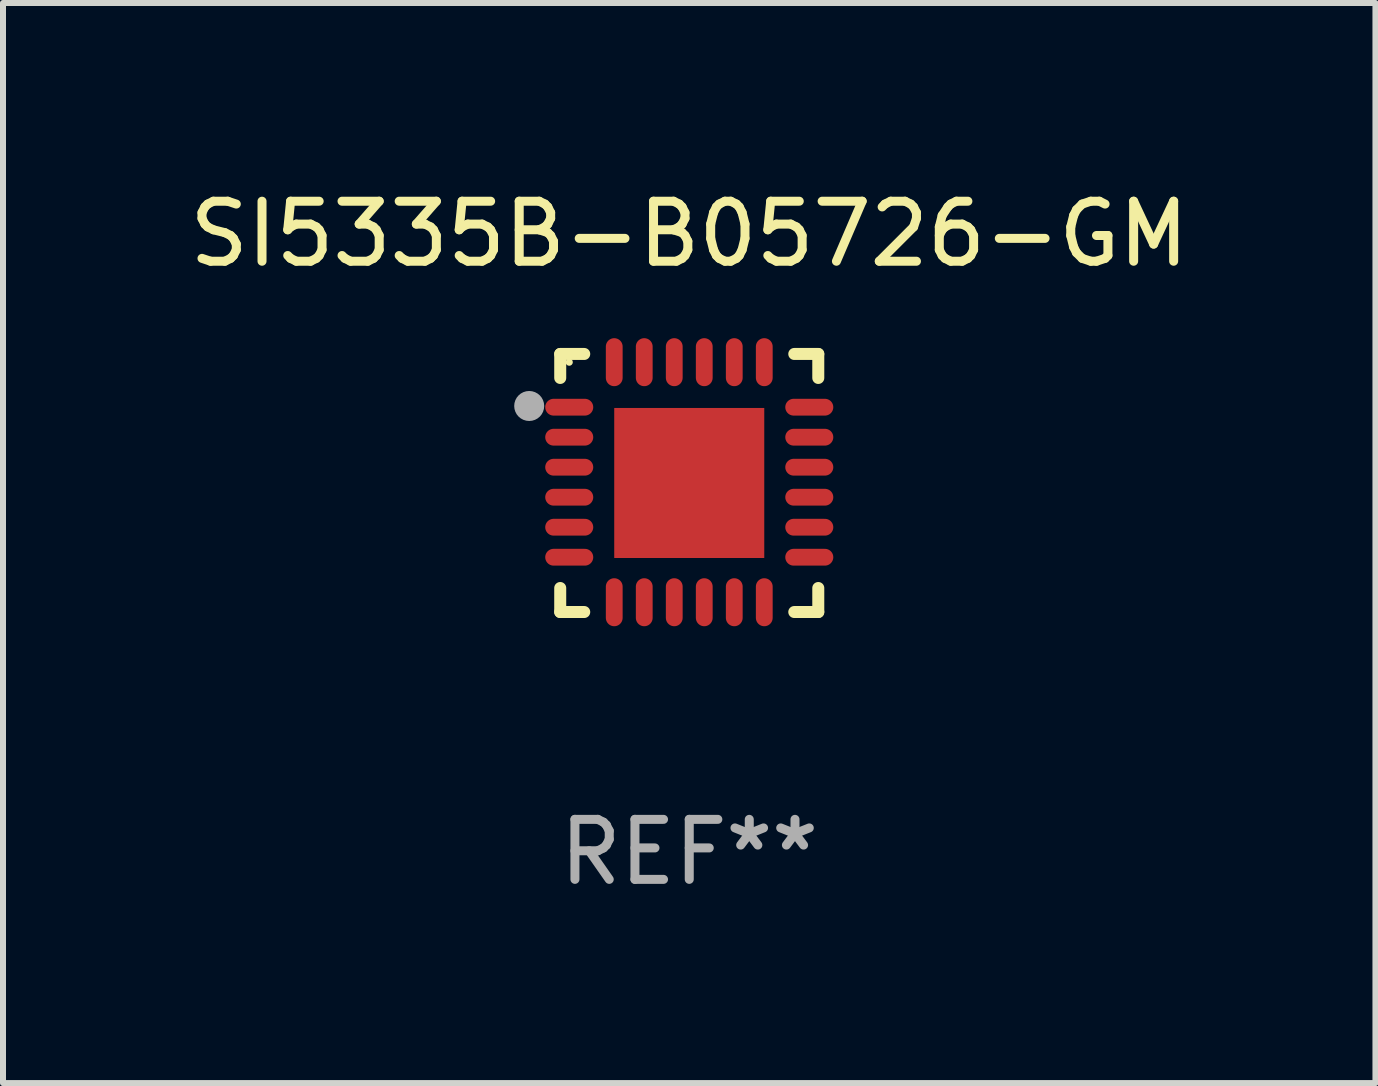
<source format=kicad_pcb>
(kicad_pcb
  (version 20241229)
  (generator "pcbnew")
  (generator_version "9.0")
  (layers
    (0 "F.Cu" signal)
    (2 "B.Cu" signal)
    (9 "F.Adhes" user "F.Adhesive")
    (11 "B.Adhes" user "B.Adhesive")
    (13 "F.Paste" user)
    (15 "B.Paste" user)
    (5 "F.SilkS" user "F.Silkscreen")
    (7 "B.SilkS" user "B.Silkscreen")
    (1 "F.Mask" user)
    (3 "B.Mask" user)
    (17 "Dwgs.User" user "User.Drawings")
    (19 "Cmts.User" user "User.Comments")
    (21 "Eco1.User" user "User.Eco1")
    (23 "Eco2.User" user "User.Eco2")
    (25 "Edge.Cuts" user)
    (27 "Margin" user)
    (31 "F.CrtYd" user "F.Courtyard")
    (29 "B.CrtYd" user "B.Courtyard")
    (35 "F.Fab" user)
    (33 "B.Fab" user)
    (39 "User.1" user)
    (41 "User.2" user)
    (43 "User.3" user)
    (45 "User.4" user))
  (footprint "SI5335B-B05726-GM"
    (layer "F.Cu")
    (at 8.435 4.998)
    (property "Reference" "SI5335B-B05726-GM" (at 0 -4.15 0) (layer "F.SilkS") (effects (font (size 1 1) (thickness 0.15))))
    (attr through_hole)
    (fp_line (start -2.15 -2.15) (end -1.75 -2.15) (stroke (width 0.2) (type solid)) (layer "F.SilkS"))
    (fp_line (start -2.15 -1.75) (end -2.15 -2.15) (stroke (width 0.2) (type solid)) (layer "F.SilkS"))
    (fp_line (start -2.15 2.15) (end -2.15 1.75) (stroke (width 0.2) (type solid)) (layer "F.SilkS"))
    (fp_line (start -1.75 2.15) (end -2.15 2.15) (stroke (width 0.2) (type solid)) (layer "F.SilkS"))
    (fp_line (start 1.75 -2.15) (end 2.15 -2.15) (stroke (width 0.2) (type solid)) (layer "F.SilkS"))
    (fp_line (start 1.75 2.15) (end 2.15 2.15) (stroke (width 0.2) (type solid)) (layer "F.SilkS"))
    (fp_line (start 2.15 -2.15) (end 2.15 -1.75) (stroke (width 0.2) (type solid)) (layer "F.SilkS"))
    (fp_line (start 2.15 2.15) (end 2.15 1.75) (stroke (width 0.2) (type solid)) (layer "F.SilkS"))
    (fp_circle (center -2 -2.013) (end -1.97 -2.013) (stroke (width 0.06) (type solid)) (fill no) (layer "F.SilkS"))
    (fp_circle (center -2.667 -1.283) (end -2.542 -1.283) (stroke (width 0.25) (type solid)) (fill no) (layer "F.Fab"))
    (fp_text user "REF**" (at 0 6.15 0) (layer "F.Fab") (effects (font (size 1 1) (thickness 0.15))))
    (pad "1" smd oval (at -2 -1.263) (size 0.8 0.28) (layers "F.Cu" "F.Mask" "F.Paste"))
    (pad "2" smd oval (at -2 -0.763) (size 0.8 0.28) (layers "F.Cu" "F.Mask" "F.Paste"))
    (pad "3" smd oval (at -2 -0.263) (size 0.8 0.28) (layers "F.Cu" "F.Mask" "F.Paste"))
    (pad "4" smd oval (at -2 0.237) (size 0.8 0.28) (layers "F.Cu" "F.Mask" "F.Paste"))
    (pad "5" smd oval (at -2 0.737) (size 0.8 0.28) (layers "F.Cu" "F.Mask" "F.Paste"))
    (pad "6" smd oval (at -2 1.237) (size 0.8 0.28) (layers "F.Cu" "F.Mask" "F.Paste"))
    (pad "7" smd oval (at -1.25 1.987) (size 0.28 0.8) (layers "F.Cu" "F.Mask" "F.Paste"))
    (pad "8" smd oval (at -0.75 1.987) (size 0.28 0.8) (layers "F.Cu" "F.Mask" "F.Paste"))
    (pad "9" smd oval (at -0.25 1.987) (size 0.28 0.8) (layers "F.Cu" "F.Mask" "F.Paste"))
    (pad "10" smd oval (at 0.25 1.987) (size 0.28 0.8) (layers "F.Cu" "F.Mask" "F.Paste"))
    (pad "11" smd oval (at 0.75 1.987) (size 0.28 0.8) (layers "F.Cu" "F.Mask" "F.Paste"))
    (pad "12" smd oval (at 1.25 1.987) (size 0.28 0.8) (layers "F.Cu" "F.Mask" "F.Paste"))
    (pad "13" smd oval (at 2 1.237) (size 0.8 0.28) (layers "F.Cu" "F.Mask" "F.Paste"))
    (pad "14" smd oval (at 2 0.737) (size 0.8 0.28) (layers "F.Cu" "F.Mask" "F.Paste"))
    (pad "15" smd oval (at 2 0.237) (size 0.8 0.28) (layers "F.Cu" "F.Mask" "F.Paste"))
    (pad "16" smd oval (at 2 -0.263) (size 0.8 0.28) (layers "F.Cu" "F.Mask" "F.Paste"))
    (pad "17" smd oval (at 2 -0.763) (size 0.8 0.28) (layers "F.Cu" "F.Mask" "F.Paste"))
    (pad "18" smd oval (at 2 -1.263) (size 0.8 0.28) (layers "F.Cu" "F.Mask" "F.Paste"))
    (pad "19" smd oval (at 1.25 -2.013) (size 0.28 0.8) (layers "F.Cu" "F.Mask" "F.Paste"))
    (pad "20" smd oval (at 0.75 -2.013) (size 0.28 0.8) (layers "F.Cu" "F.Mask" "F.Paste"))
    (pad "21" smd oval (at 0.25 -2.013) (size 0.28 0.8) (layers "F.Cu" "F.Mask" "F.Paste"))
    (pad "22" smd oval (at -0.25 -2.013) (size 0.28 0.8) (layers "F.Cu" "F.Mask" "F.Paste"))
    (pad "23" smd oval (at -0.75 -2.013) (size 0.28 0.8) (layers "F.Cu" "F.Mask" "F.Paste"))
    (pad "24" smd oval (at -1.25 -2.013) (size 0.28 0.8) (layers "F.Cu" "F.Mask" "F.Paste"))
    (pad "25" smd rect (at -0.000127 -0.00014) (size 2.5 2.5) (layers "F.Cu" "F.Mask" "F.Paste")))
  (gr_rect
    (start -3 -3)
    (end 19.869 14.997)
    (stroke (width 0.1) (type default))
    (fill no)
    (layer "Edge.Cuts")))
</source>
